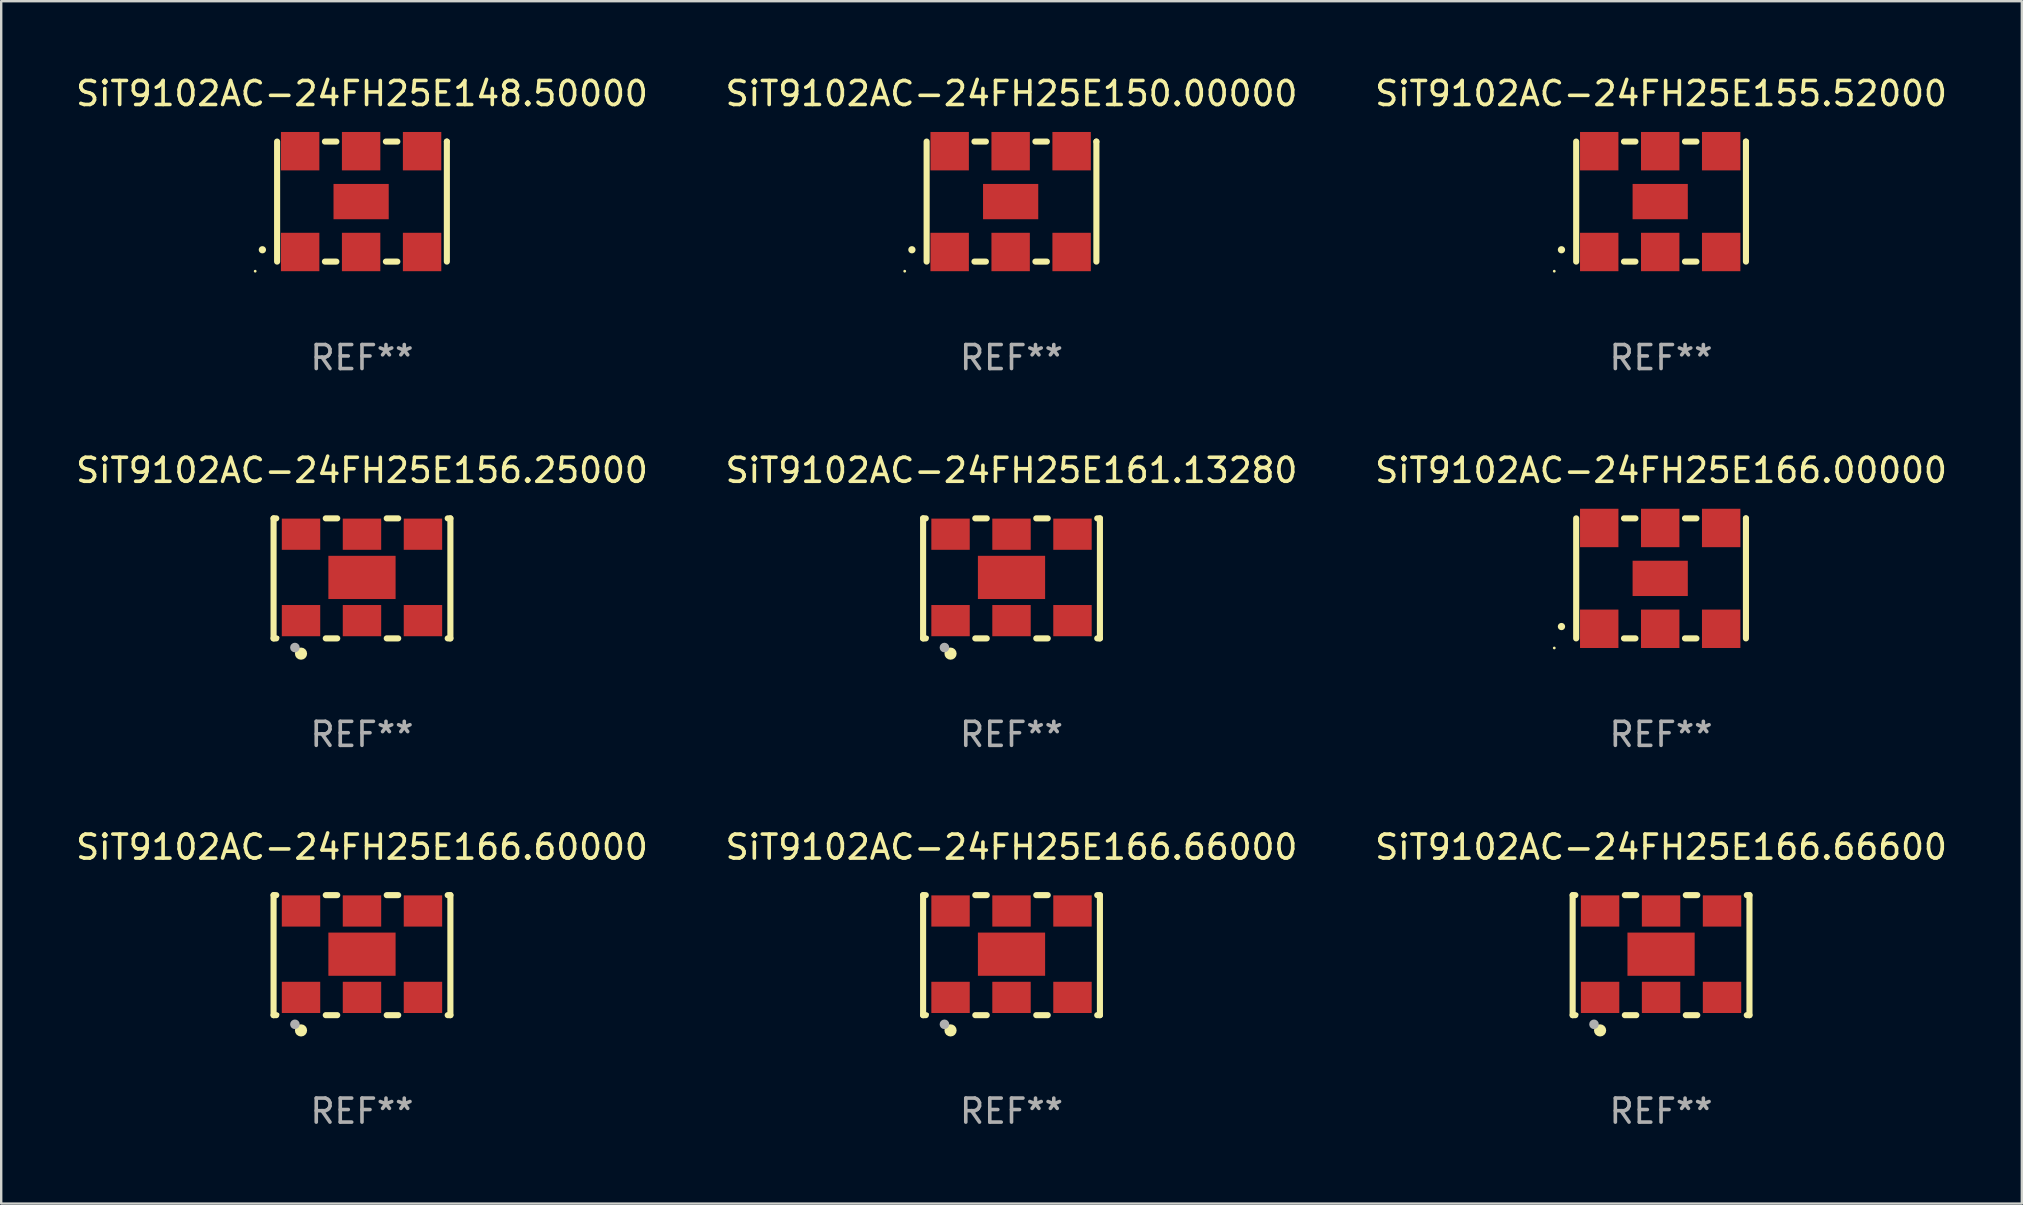
<source format=kicad_pcb>
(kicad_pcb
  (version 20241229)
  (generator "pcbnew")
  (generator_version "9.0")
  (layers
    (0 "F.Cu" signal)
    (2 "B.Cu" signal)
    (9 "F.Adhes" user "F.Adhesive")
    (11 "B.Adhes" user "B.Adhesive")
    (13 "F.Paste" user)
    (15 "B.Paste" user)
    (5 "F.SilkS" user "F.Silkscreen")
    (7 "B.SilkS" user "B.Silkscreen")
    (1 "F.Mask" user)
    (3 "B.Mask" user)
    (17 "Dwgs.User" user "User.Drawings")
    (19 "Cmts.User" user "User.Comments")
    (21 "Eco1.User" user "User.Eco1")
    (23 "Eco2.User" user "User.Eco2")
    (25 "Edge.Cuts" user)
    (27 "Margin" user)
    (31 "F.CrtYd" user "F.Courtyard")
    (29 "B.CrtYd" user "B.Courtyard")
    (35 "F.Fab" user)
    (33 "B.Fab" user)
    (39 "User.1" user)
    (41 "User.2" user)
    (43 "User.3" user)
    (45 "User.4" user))
  (footprint "SiT9102AC-24FH25E148.50000"
    (layer "F.Cu")
    (at 12.03 5.348)
    (property "Reference" "SiT9102AC-24FH25E148.50000" (at 0 -4.5 0) (layer "F.SilkS") (effects (font (size 1 1) (thickness 0.15))))
    (attr through_hole)
    (fp_line (start -3.536 -2.5) (end -3.536 2.5) (stroke (width 0.254) (type solid)) (layer "F.SilkS"))
    (fp_line (start -1.544 2.5) (end -1.067 2.5) (stroke (width 0.254) (type solid)) (layer "F.SilkS"))
    (fp_line (start -1.067 -2.5) (end -1.544 -2.5) (stroke (width 0.254) (type solid)) (layer "F.SilkS"))
    (fp_line (start 0.996 2.5) (end 1.473 2.5) (stroke (width 0.254) (type solid)) (layer "F.SilkS"))
    (fp_line (start 1.473 -2.5) (end 0.996 -2.5) (stroke (width 0.254) (type solid)) (layer "F.SilkS"))
    (fp_line (start 3.536 -2.5) (end 3.536 -2.5) (stroke (width 0.254) (type solid)) (layer "F.SilkS"))
    (fp_line (start 3.536 2.5) (end 3.536 -2.5) (stroke (width 0.254) (type solid)) (layer "F.SilkS"))
    (fp_arc (start -4.150432 2.006604) (mid -4.149162 2.006599) (end -4.147892 2.006604) (stroke (width 0.3) (type solid)) (layer "F.SilkS"))
    (fp_circle (center -4.449 2.9) (end -4.419 2.9) (stroke (width 0.06) (type solid)) (fill no) (layer "F.SilkS"))
    (fp_text user "REF**" (at 0 6.5 0) (layer "F.Fab") (effects (font (size 1 1) (thickness 0.15))))
    (pad "1" smd rect (at -2.576 2.1) (size 1.6 1.6) (layers "F.Cu" "F.Mask" "F.Paste"))
    (pad "2" smd rect (at -0.036 2.1) (size 1.6 1.6) (layers "F.Cu" "F.Mask" "F.Paste"))
    (pad "3" smd rect (at 2.504 2.1) (size 1.6 1.6) (layers "F.Cu" "F.Mask" "F.Paste"))
    (pad "4" smd rect (at 2.504 -2.1) (size 1.6 1.6) (layers "F.Cu" "F.Mask" "F.Paste"))
    (pad "5" smd rect (at -0.036 -2.1) (size 1.6 1.6) (layers "F.Cu" "F.Mask" "F.Paste"))
    (pad "6" smd rect (at -2.576 -2.1) (size 1.6 1.6) (layers "F.Cu" "F.Mask" "F.Paste"))
    (pad "7" smd rect (at -0.036 0) (size 2.3 1.47) (layers "F.Cu" "F.Mask" "F.Paste")))
  (footprint "SiT9102AC-24FH25E156.25000"
    (layer "F.Cu")
    (at 12.03 21.045)
    (property "Reference" "SiT9102AC-24FH25E156.25000" (at 0 -4.5 0) (layer "F.SilkS") (effects (font (size 1 1) (thickness 0.15))))
    (attr through_hole)
    (fp_line (start -3.683 -2.5) (end -3.571 -2.5) (stroke (width 0.254) (type solid)) (layer "F.SilkS"))
    (fp_line (start -3.683 2.5) (end -3.683 -2.5) (stroke (width 0.254) (type solid)) (layer "F.SilkS"))
    (fp_line (start -3.683 2.5) (end -3.571 2.5) (stroke (width 0.254) (type solid)) (layer "F.SilkS"))
    (fp_line (start -1.509 -2.5) (end -1.031 -2.5) (stroke (width 0.254) (type solid)) (layer "F.SilkS"))
    (fp_line (start -1.509 2.5) (end -1.031 2.5) (stroke (width 0.254) (type solid)) (layer "F.SilkS"))
    (fp_line (start 1.031 -2.5) (end 1.509 -2.5) (stroke (width 0.254) (type solid)) (layer "F.SilkS"))
    (fp_line (start 1.031 2.5) (end 1.509 2.5) (stroke (width 0.254) (type solid)) (layer "F.SilkS"))
    (fp_line (start 3.571 -2.5) (end 3.683 -2.5) (stroke (width 0.254) (type solid)) (layer "F.SilkS"))
    (fp_line (start 3.571 2.5) (end 3.683 2.5) (stroke (width 0.254) (type solid)) (layer "F.SilkS"))
    (fp_line (start 3.683 2.5) (end 3.683 -2.5) (stroke (width 0.254) (type solid)) (layer "F.SilkS"))
    (fp_circle (center -3.5 2.46) (end -3.47 2.46) (stroke (width 0.06) (type solid)) (fill no) (layer "F.SilkS"))
    (fp_circle (center -2.54 3.135) (end -2.413 3.135) (stroke (width 0.254) (type solid)) (fill no) (layer "F.SilkS"))
    (fp_circle (center -2.794 2.881) (end -2.694 2.881) (stroke (width 0.2) (type solid)) (fill no) (layer "F.Fab"))
    (fp_text user "REF**" (at 0 6.5 0) (layer "F.Fab") (effects (font (size 1 1) (thickness 0.15))))
    (pad "1" smd rect (at -2.54 1.76) (size 1.6 1.3) (layers "F.Cu" "F.Mask" "F.Paste"))
    (pad "2" smd rect (at 0 1.76) (size 1.6 1.3) (layers "F.Cu" "F.Mask" "F.Paste"))
    (pad "3" smd rect (at 2.54 1.76) (size 1.6 1.3) (layers "F.Cu" "F.Mask" "F.Paste"))
    (pad "4" smd rect (at 2.54 -1.84) (size 1.6 1.3) (layers "F.Cu" "F.Mask" "F.Paste"))
    (pad "5" smd rect (at 0 -1.84) (size 1.6 1.3) (layers "F.Cu" "F.Mask" "F.Paste"))
    (pad "6" smd rect (at -2.54 -1.84) (size 1.6 1.3) (layers "F.Cu" "F.Mask" "F.Paste"))
    (pad "7" smd rect (at 0 -0.04) (size 2.8 1.8) (layers "F.Cu" "F.Mask" "F.Paste")))
  (footprint "SiT9102AC-24FH25E166.66000"
    (layer "F.Cu")
    (at 39.089 36.741)
    (property "Reference" "SiT9102AC-24FH25E166.66000" (at 0 -4.5 0) (layer "F.SilkS") (effects (font (size 1 1) (thickness 0.15))))
    (attr through_hole)
    (fp_line (start -3.683 -2.5) (end -3.571 -2.5) (stroke (width 0.254) (type solid)) (layer "F.SilkS"))
    (fp_line (start -3.683 2.5) (end -3.683 -2.5) (stroke (width 0.254) (type solid)) (layer "F.SilkS"))
    (fp_line (start -3.683 2.5) (end -3.571 2.5) (stroke (width 0.254) (type solid)) (layer "F.SilkS"))
    (fp_line (start -1.509 -2.5) (end -1.031 -2.5) (stroke (width 0.254) (type solid)) (layer "F.SilkS"))
    (fp_line (start -1.509 2.5) (end -1.031 2.5) (stroke (width 0.254) (type solid)) (layer "F.SilkS"))
    (fp_line (start 1.031 -2.5) (end 1.509 -2.5) (stroke (width 0.254) (type solid)) (layer "F.SilkS"))
    (fp_line (start 1.031 2.5) (end 1.509 2.5) (stroke (width 0.254) (type solid)) (layer "F.SilkS"))
    (fp_line (start 3.571 -2.5) (end 3.683 -2.5) (stroke (width 0.254) (type solid)) (layer "F.SilkS"))
    (fp_line (start 3.571 2.5) (end 3.683 2.5) (stroke (width 0.254) (type solid)) (layer "F.SilkS"))
    (fp_line (start 3.683 2.5) (end 3.683 -2.5) (stroke (width 0.254) (type solid)) (layer "F.SilkS"))
    (fp_circle (center -3.5 2.46) (end -3.47 2.46) (stroke (width 0.06) (type solid)) (fill no) (layer "F.SilkS"))
    (fp_circle (center -2.54 3.135) (end -2.413 3.135) (stroke (width 0.254) (type solid)) (fill no) (layer "F.SilkS"))
    (fp_circle (center -2.794 2.881) (end -2.694 2.881) (stroke (width 0.2) (type solid)) (fill no) (layer "F.Fab"))
    (fp_text user "REF**" (at 0 6.5 0) (layer "F.Fab") (effects (font (size 1 1) (thickness 0.15))))
    (pad "1" smd rect (at -2.54 1.76) (size 1.6 1.3) (layers "F.Cu" "F.Mask" "F.Paste"))
    (pad "2" smd rect (at 0 1.76) (size 1.6 1.3) (layers "F.Cu" "F.Mask" "F.Paste"))
    (pad "3" smd rect (at 2.54 1.76) (size 1.6 1.3) (layers "F.Cu" "F.Mask" "F.Paste"))
    (pad "4" smd rect (at 2.54 -1.84) (size 1.6 1.3) (layers "F.Cu" "F.Mask" "F.Paste"))
    (pad "5" smd rect (at 0 -1.84) (size 1.6 1.3) (layers "F.Cu" "F.Mask" "F.Paste"))
    (pad "6" smd rect (at -2.54 -1.84) (size 1.6 1.3) (layers "F.Cu" "F.Mask" "F.Paste"))
    (pad "7" smd rect (at 0 -0.04) (size 2.8 1.8) (layers "F.Cu" "F.Mask" "F.Paste")))
  (footprint "SiT9102AC-24FH25E166.00000"
    (layer "F.Cu")
    (at 66.149 21.045)
    (property "Reference" "SiT9102AC-24FH25E166.00000" (at 0 -4.5 0) (layer "F.SilkS") (effects (font (size 1 1) (thickness 0.15))))
    (attr through_hole)
    (fp_line (start -3.536 -2.5) (end -3.536 2.5) (stroke (width 0.254) (type solid)) (layer "F.SilkS"))
    (fp_line (start -1.544 2.5) (end -1.067 2.5) (stroke (width 0.254) (type solid)) (layer "F.SilkS"))
    (fp_line (start -1.067 -2.5) (end -1.544 -2.5) (stroke (width 0.254) (type solid)) (layer "F.SilkS"))
    (fp_line (start 0.996 2.5) (end 1.473 2.5) (stroke (width 0.254) (type solid)) (layer "F.SilkS"))
    (fp_line (start 1.473 -2.5) (end 0.996 -2.5) (stroke (width 0.254) (type solid)) (layer "F.SilkS"))
    (fp_line (start 3.536 -2.5) (end 3.536 -2.5) (stroke (width 0.254) (type solid)) (layer "F.SilkS"))
    (fp_line (start 3.536 2.5) (end 3.536 -2.5) (stroke (width 0.254) (type solid)) (layer "F.SilkS"))
    (fp_arc (start -4.150432 2.006604) (mid -4.149162 2.006599) (end -4.147892 2.006604) (stroke (width 0.3) (type solid)) (layer "F.SilkS"))
    (fp_circle (center -4.449 2.9) (end -4.419 2.9) (stroke (width 0.06) (type solid)) (fill no) (layer "F.SilkS"))
    (fp_text user "REF**" (at 0 6.5 0) (layer "F.Fab") (effects (font (size 1 1) (thickness 0.15))))
    (pad "1" smd rect (at -2.576 2.1) (size 1.6 1.6) (layers "F.Cu" "F.Mask" "F.Paste"))
    (pad "2" smd rect (at -0.036 2.1) (size 1.6 1.6) (layers "F.Cu" "F.Mask" "F.Paste"))
    (pad "3" smd rect (at 2.504 2.1) (size 1.6 1.6) (layers "F.Cu" "F.Mask" "F.Paste"))
    (pad "4" smd rect (at 2.504 -2.1) (size 1.6 1.6) (layers "F.Cu" "F.Mask" "F.Paste"))
    (pad "5" smd rect (at -0.036 -2.1) (size 1.6 1.6) (layers "F.Cu" "F.Mask" "F.Paste"))
    (pad "6" smd rect (at -2.576 -2.1) (size 1.6 1.6) (layers "F.Cu" "F.Mask" "F.Paste"))
    (pad "7" smd rect (at -0.036 0) (size 2.3 1.47) (layers "F.Cu" "F.Mask" "F.Paste")))
  (footprint "SiT9102AC-24FH25E161.13280"
    (layer "F.Cu")
    (at 39.089 21.045)
    (property "Reference" "SiT9102AC-24FH25E161.13280" (at 0 -4.5 0) (layer "F.SilkS") (effects (font (size 1 1) (thickness 0.15))))
    (attr through_hole)
    (fp_line (start -3.683 -2.5) (end -3.571 -2.5) (stroke (width 0.254) (type solid)) (layer "F.SilkS"))
    (fp_line (start -3.683 2.5) (end -3.683 -2.5) (stroke (width 0.254) (type solid)) (layer "F.SilkS"))
    (fp_line (start -3.683 2.5) (end -3.571 2.5) (stroke (width 0.254) (type solid)) (layer "F.SilkS"))
    (fp_line (start -1.509 -2.5) (end -1.031 -2.5) (stroke (width 0.254) (type solid)) (layer "F.SilkS"))
    (fp_line (start -1.509 2.5) (end -1.031 2.5) (stroke (width 0.254) (type solid)) (layer "F.SilkS"))
    (fp_line (start 1.031 -2.5) (end 1.509 -2.5) (stroke (width 0.254) (type solid)) (layer "F.SilkS"))
    (fp_line (start 1.031 2.5) (end 1.509 2.5) (stroke (width 0.254) (type solid)) (layer "F.SilkS"))
    (fp_line (start 3.571 -2.5) (end 3.683 -2.5) (stroke (width 0.254) (type solid)) (layer "F.SilkS"))
    (fp_line (start 3.571 2.5) (end 3.683 2.5) (stroke (width 0.254) (type solid)) (layer "F.SilkS"))
    (fp_line (start 3.683 2.5) (end 3.683 -2.5) (stroke (width 0.254) (type solid)) (layer "F.SilkS"))
    (fp_circle (center -3.5 2.46) (end -3.47 2.46) (stroke (width 0.06) (type solid)) (fill no) (layer "F.SilkS"))
    (fp_circle (center -2.54 3.135) (end -2.413 3.135) (stroke (width 0.254) (type solid)) (fill no) (layer "F.SilkS"))
    (fp_circle (center -2.794 2.881) (end -2.694 2.881) (stroke (width 0.2) (type solid)) (fill no) (layer "F.Fab"))
    (fp_text user "REF**" (at 0 6.5 0) (layer "F.Fab") (effects (font (size 1 1) (thickness 0.15))))
    (pad "1" smd rect (at -2.54 1.76) (size 1.6 1.3) (layers "F.Cu" "F.Mask" "F.Paste"))
    (pad "2" smd rect (at 0 1.76) (size 1.6 1.3) (layers "F.Cu" "F.Mask" "F.Paste"))
    (pad "3" smd rect (at 2.54 1.76) (size 1.6 1.3) (layers "F.Cu" "F.Mask" "F.Paste"))
    (pad "4" smd rect (at 2.54 -1.84) (size 1.6 1.3) (layers "F.Cu" "F.Mask" "F.Paste"))
    (pad "5" smd rect (at 0 -1.84) (size 1.6 1.3) (layers "F.Cu" "F.Mask" "F.Paste"))
    (pad "6" smd rect (at -2.54 -1.84) (size 1.6 1.3) (layers "F.Cu" "F.Mask" "F.Paste"))
    (pad "7" smd rect (at 0 -0.04) (size 2.8 1.8) (layers "F.Cu" "F.Mask" "F.Paste")))
  (footprint "SiT9102AC-24FH25E166.66600"
    (layer "F.Cu")
    (at 66.149 36.741)
    (property "Reference" "SiT9102AC-24FH25E166.66600" (at 0 -4.5 0) (layer "F.SilkS") (effects (font (size 1 1) (thickness 0.15))))
    (attr through_hole)
    (fp_line (start -3.683 -2.5) (end -3.571 -2.5) (stroke (width 0.254) (type solid)) (layer "F.SilkS"))
    (fp_line (start -3.683 2.5) (end -3.683 -2.5) (stroke (width 0.254) (type solid)) (layer "F.SilkS"))
    (fp_line (start -3.683 2.5) (end -3.571 2.5) (stroke (width 0.254) (type solid)) (layer "F.SilkS"))
    (fp_line (start -1.509 -2.5) (end -1.031 -2.5) (stroke (width 0.254) (type solid)) (layer "F.SilkS"))
    (fp_line (start -1.509 2.5) (end -1.031 2.5) (stroke (width 0.254) (type solid)) (layer "F.SilkS"))
    (fp_line (start 1.031 -2.5) (end 1.509 -2.5) (stroke (width 0.254) (type solid)) (layer "F.SilkS"))
    (fp_line (start 1.031 2.5) (end 1.509 2.5) (stroke (width 0.254) (type solid)) (layer "F.SilkS"))
    (fp_line (start 3.571 -2.5) (end 3.683 -2.5) (stroke (width 0.254) (type solid)) (layer "F.SilkS"))
    (fp_line (start 3.571 2.5) (end 3.683 2.5) (stroke (width 0.254) (type solid)) (layer "F.SilkS"))
    (fp_line (start 3.683 2.5) (end 3.683 -2.5) (stroke (width 0.254) (type solid)) (layer "F.SilkS"))
    (fp_circle (center -3.5 2.46) (end -3.47 2.46) (stroke (width 0.06) (type solid)) (fill no) (layer "F.SilkS"))
    (fp_circle (center -2.54 3.135) (end -2.413 3.135) (stroke (width 0.254) (type solid)) (fill no) (layer "F.SilkS"))
    (fp_circle (center -2.794 2.881) (end -2.694 2.881) (stroke (width 0.2) (type solid)) (fill no) (layer "F.Fab"))
    (fp_text user "REF**" (at 0 6.5 0) (layer "F.Fab") (effects (font (size 1 1) (thickness 0.15))))
    (pad "1" smd rect (at -2.54 1.76) (size 1.6 1.3) (layers "F.Cu" "F.Mask" "F.Paste"))
    (pad "2" smd rect (at 0 1.76) (size 1.6 1.3) (layers "F.Cu" "F.Mask" "F.Paste"))
    (pad "3" smd rect (at 2.54 1.76) (size 1.6 1.3) (layers "F.Cu" "F.Mask" "F.Paste"))
    (pad "4" smd rect (at 2.54 -1.84) (size 1.6 1.3) (layers "F.Cu" "F.Mask" "F.Paste"))
    (pad "5" smd rect (at 0 -1.84) (size 1.6 1.3) (layers "F.Cu" "F.Mask" "F.Paste"))
    (pad "6" smd rect (at -2.54 -1.84) (size 1.6 1.3) (layers "F.Cu" "F.Mask" "F.Paste"))
    (pad "7" smd rect (at 0 -0.04) (size 2.8 1.8) (layers "F.Cu" "F.Mask" "F.Paste")))
  (footprint "SiT9102AC-24FH25E150.00000"
    (layer "F.Cu")
    (at 39.089 5.348)
    (property "Reference" "SiT9102AC-24FH25E150.00000" (at 0 -4.5 0) (layer "F.SilkS") (effects (font (size 1 1) (thickness 0.15))))
    (attr through_hole)
    (fp_line (start -3.536 -2.5) (end -3.536 2.5) (stroke (width 0.254) (type solid)) (layer "F.SilkS"))
    (fp_line (start -1.544 2.5) (end -1.067 2.5) (stroke (width 0.254) (type solid)) (layer "F.SilkS"))
    (fp_line (start -1.067 -2.5) (end -1.544 -2.5) (stroke (width 0.254) (type solid)) (layer "F.SilkS"))
    (fp_line (start 0.996 2.5) (end 1.473 2.5) (stroke (width 0.254) (type solid)) (layer "F.SilkS"))
    (fp_line (start 1.473 -2.5) (end 0.996 -2.5) (stroke (width 0.254) (type solid)) (layer "F.SilkS"))
    (fp_line (start 3.536 -2.5) (end 3.536 -2.5) (stroke (width 0.254) (type solid)) (layer "F.SilkS"))
    (fp_line (start 3.536 2.5) (end 3.536 -2.5) (stroke (width 0.254) (type solid)) (layer "F.SilkS"))
    (fp_arc (start -4.150432 2.006604) (mid -4.149162 2.006599) (end -4.147892 2.006604) (stroke (width 0.3) (type solid)) (layer "F.SilkS"))
    (fp_circle (center -4.449 2.9) (end -4.419 2.9) (stroke (width 0.06) (type solid)) (fill no) (layer "F.SilkS"))
    (fp_text user "REF**" (at 0 6.5 0) (layer "F.Fab") (effects (font (size 1 1) (thickness 0.15))))
    (pad "1" smd rect (at -2.576 2.1) (size 1.6 1.6) (layers "F.Cu" "F.Mask" "F.Paste"))
    (pad "2" smd rect (at -0.036 2.1) (size 1.6 1.6) (layers "F.Cu" "F.Mask" "F.Paste"))
    (pad "3" smd rect (at 2.504 2.1) (size 1.6 1.6) (layers "F.Cu" "F.Mask" "F.Paste"))
    (pad "4" smd rect (at 2.504 -2.1) (size 1.6 1.6) (layers "F.Cu" "F.Mask" "F.Paste"))
    (pad "5" smd rect (at -0.036 -2.1) (size 1.6 1.6) (layers "F.Cu" "F.Mask" "F.Paste"))
    (pad "6" smd rect (at -2.576 -2.1) (size 1.6 1.6) (layers "F.Cu" "F.Mask" "F.Paste"))
    (pad "7" smd rect (at -0.036 0) (size 2.3 1.47) (layers "F.Cu" "F.Mask" "F.Paste")))
  (footprint "SiT9102AC-24FH25E166.60000"
    (layer "F.Cu")
    (at 12.03 36.741)
    (property "Reference" "SiT9102AC-24FH25E166.60000" (at 0 -4.5 0) (layer "F.SilkS") (effects (font (size 1 1) (thickness 0.15))))
    (attr through_hole)
    (fp_line (start -3.683 -2.5) (end -3.571 -2.5) (stroke (width 0.254) (type solid)) (layer "F.SilkS"))
    (fp_line (start -3.683 2.5) (end -3.683 -2.5) (stroke (width 0.254) (type solid)) (layer "F.SilkS"))
    (fp_line (start -3.683 2.5) (end -3.571 2.5) (stroke (width 0.254) (type solid)) (layer "F.SilkS"))
    (fp_line (start -1.509 -2.5) (end -1.031 -2.5) (stroke (width 0.254) (type solid)) (layer "F.SilkS"))
    (fp_line (start -1.509 2.5) (end -1.031 2.5) (stroke (width 0.254) (type solid)) (layer "F.SilkS"))
    (fp_line (start 1.031 -2.5) (end 1.509 -2.5) (stroke (width 0.254) (type solid)) (layer "F.SilkS"))
    (fp_line (start 1.031 2.5) (end 1.509 2.5) (stroke (width 0.254) (type solid)) (layer "F.SilkS"))
    (fp_line (start 3.571 -2.5) (end 3.683 -2.5) (stroke (width 0.254) (type solid)) (layer "F.SilkS"))
    (fp_line (start 3.571 2.5) (end 3.683 2.5) (stroke (width 0.254) (type solid)) (layer "F.SilkS"))
    (fp_line (start 3.683 2.5) (end 3.683 -2.5) (stroke (width 0.254) (type solid)) (layer "F.SilkS"))
    (fp_circle (center -3.5 2.46) (end -3.47 2.46) (stroke (width 0.06) (type solid)) (fill no) (layer "F.SilkS"))
    (fp_circle (center -2.54 3.135) (end -2.413 3.135) (stroke (width 0.254) (type solid)) (fill no) (layer "F.SilkS"))
    (fp_circle (center -2.794 2.881) (end -2.694 2.881) (stroke (width 0.2) (type solid)) (fill no) (layer "F.Fab"))
    (fp_text user "REF**" (at 0 6.5 0) (layer "F.Fab") (effects (font (size 1 1) (thickness 0.15))))
    (pad "1" smd rect (at -2.54 1.76) (size 1.6 1.3) (layers "F.Cu" "F.Mask" "F.Paste"))
    (pad "2" smd rect (at 0 1.76) (size 1.6 1.3) (layers "F.Cu" "F.Mask" "F.Paste"))
    (pad "3" smd rect (at 2.54 1.76) (size 1.6 1.3) (layers "F.Cu" "F.Mask" "F.Paste"))
    (pad "4" smd rect (at 2.54 -1.84) (size 1.6 1.3) (layers "F.Cu" "F.Mask" "F.Paste"))
    (pad "5" smd rect (at 0 -1.84) (size 1.6 1.3) (layers "F.Cu" "F.Mask" "F.Paste"))
    (pad "6" smd rect (at -2.54 -1.84) (size 1.6 1.3) (layers "F.Cu" "F.Mask" "F.Paste"))
    (pad "7" smd rect (at 0 -0.04) (size 2.8 1.8) (layers "F.Cu" "F.Mask" "F.Paste")))
  (footprint "SiT9102AC-24FH25E155.52000"
    (layer "F.Cu")
    (at 66.149 5.348)
    (property "Reference" "SiT9102AC-24FH25E155.52000" (at 0 -4.5 0) (layer "F.SilkS") (effects (font (size 1 1) (thickness 0.15))))
    (attr through_hole)
    (fp_line (start -3.536 -2.5) (end -3.536 2.5) (stroke (width 0.254) (type solid)) (layer "F.SilkS"))
    (fp_line (start -1.544 2.5) (end -1.067 2.5) (stroke (width 0.254) (type solid)) (layer "F.SilkS"))
    (fp_line (start -1.067 -2.5) (end -1.544 -2.5) (stroke (width 0.254) (type solid)) (layer "F.SilkS"))
    (fp_line (start 0.996 2.5) (end 1.473 2.5) (stroke (width 0.254) (type solid)) (layer "F.SilkS"))
    (fp_line (start 1.473 -2.5) (end 0.996 -2.5) (stroke (width 0.254) (type solid)) (layer "F.SilkS"))
    (fp_line (start 3.536 -2.5) (end 3.536 -2.5) (stroke (width 0.254) (type solid)) (layer "F.SilkS"))
    (fp_line (start 3.536 2.5) (end 3.536 -2.5) (stroke (width 0.254) (type solid)) (layer "F.SilkS"))
    (fp_arc (start -4.150432 2.006604) (mid -4.149162 2.006599) (end -4.147892 2.006604) (stroke (width 0.3) (type solid)) (layer "F.SilkS"))
    (fp_circle (center -4.449 2.9) (end -4.419 2.9) (stroke (width 0.06) (type solid)) (fill no) (layer "F.SilkS"))
    (fp_text user "REF**" (at 0 6.5 0) (layer "F.Fab") (effects (font (size 1 1) (thickness 0.15))))
    (pad "1" smd rect (at -2.576 2.1) (size 1.6 1.6) (layers "F.Cu" "F.Mask" "F.Paste"))
    (pad "2" smd rect (at -0.036 2.1) (size 1.6 1.6) (layers "F.Cu" "F.Mask" "F.Paste"))
    (pad "3" smd rect (at 2.504 2.1) (size 1.6 1.6) (layers "F.Cu" "F.Mask" "F.Paste"))
    (pad "4" smd rect (at 2.504 -2.1) (size 1.6 1.6) (layers "F.Cu" "F.Mask" "F.Paste"))
    (pad "5" smd rect (at -0.036 -2.1) (size 1.6 1.6) (layers "F.Cu" "F.Mask" "F.Paste"))
    (pad "6" smd rect (at -2.576 -2.1) (size 1.6 1.6) (layers "F.Cu" "F.Mask" "F.Paste"))
    (pad "7" smd rect (at -0.036 0) (size 2.3 1.47) (layers "F.Cu" "F.Mask" "F.Paste")))
  (gr_rect
    (start -3 -3)
    (end 81.179 47.09)
    (stroke (width 0.1) (type default))
    (fill no)
    (layer "Edge.Cuts")))
</source>
